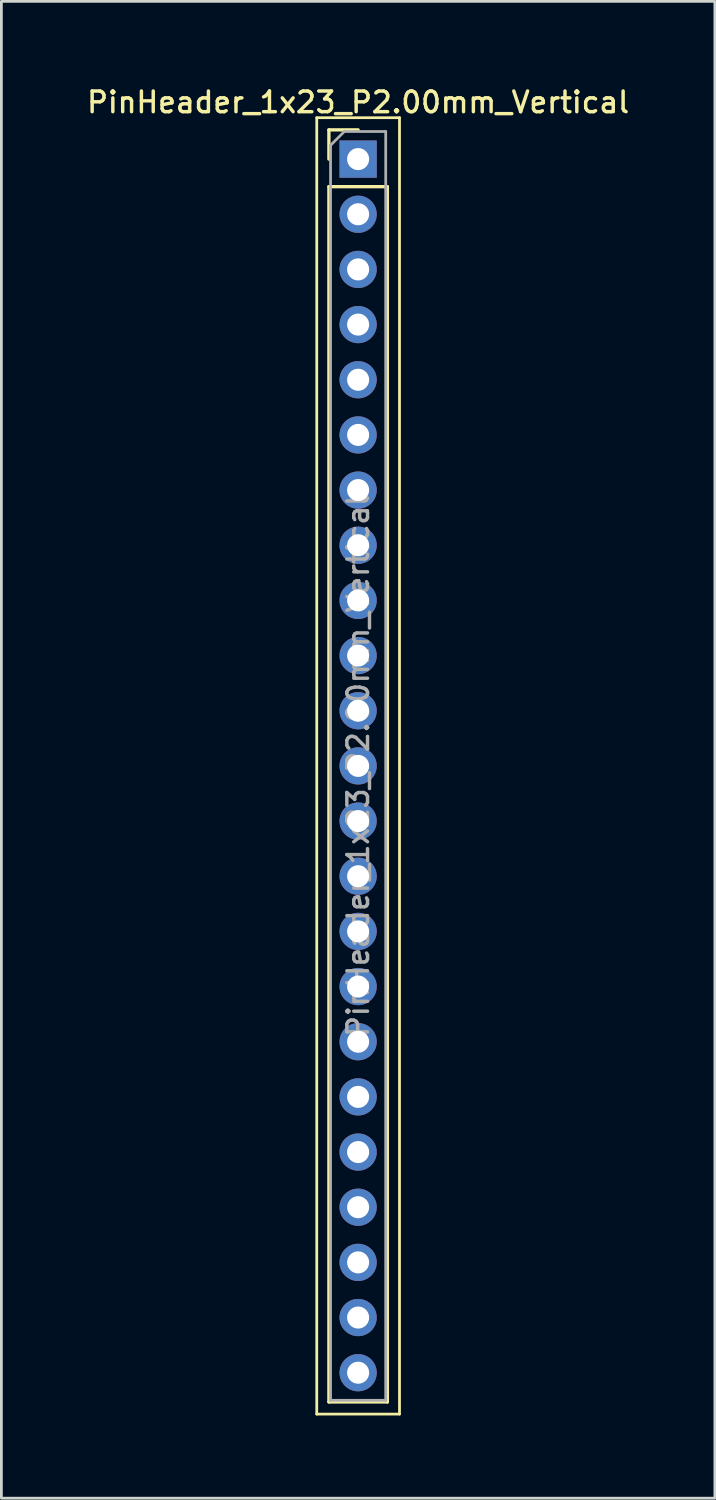
<source format=kicad_pcb>
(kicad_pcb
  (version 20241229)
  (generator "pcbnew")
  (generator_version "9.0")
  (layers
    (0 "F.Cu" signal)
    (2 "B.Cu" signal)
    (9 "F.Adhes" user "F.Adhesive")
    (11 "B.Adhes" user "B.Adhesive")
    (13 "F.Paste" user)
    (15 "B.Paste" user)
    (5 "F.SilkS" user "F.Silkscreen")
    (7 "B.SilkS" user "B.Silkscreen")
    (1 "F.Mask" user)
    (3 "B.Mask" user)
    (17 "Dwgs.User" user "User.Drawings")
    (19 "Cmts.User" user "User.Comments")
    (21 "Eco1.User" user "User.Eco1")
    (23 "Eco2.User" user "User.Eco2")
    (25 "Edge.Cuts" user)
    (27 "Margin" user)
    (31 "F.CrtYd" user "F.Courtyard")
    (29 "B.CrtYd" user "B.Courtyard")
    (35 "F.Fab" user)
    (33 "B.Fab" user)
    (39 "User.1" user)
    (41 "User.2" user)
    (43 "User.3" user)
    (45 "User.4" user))
  (footprint "PinHeader_1x23_P2.00mm_Vertical"
    (layer "F.Cu")
    (at 9.934 2.718)
    (property "Reference" "PinHeader_1x23_P2.00mm_Vertical" (at 0 -2.06 0) (layer "F.SilkS") (effects (font (size 0.75 0.75) (thickness 0.125))))
    (attr through_hole)
    (fp_line (start -1.5 -1.5) (end -1.5 45.5) (stroke (width 0.1) (type solid)) (layer "F.SilkS"))
    (fp_line (start -1.5 45.5) (end 1.5 45.5) (stroke (width 0.1) (type solid)) (layer "F.SilkS"))
    (fp_line (start -1.06 -1.06) (end 0 -1.06) (stroke (width 0.12) (type solid)) (layer "F.SilkS"))
    (fp_line (start -1.06 0) (end -1.06 -1.06) (stroke (width 0.12) (type solid)) (layer "F.SilkS"))
    (fp_line (start -1.06 1) (end -1.06 45.06) (stroke (width 0.12) (type solid)) (layer "F.SilkS"))
    (fp_line (start -1.06 1) (end 1.06 1) (stroke (width 0.12) (type solid)) (layer "F.SilkS"))
    (fp_line (start -1.06 45.06) (end 1.06 45.06) (stroke (width 0.12) (type solid)) (layer "F.SilkS"))
    (fp_line (start 1.06 1) (end 1.06 45.06) (stroke (width 0.12) (type solid)) (layer "F.SilkS"))
    (fp_line (start 1.5 -1.5) (end -1.5 -1.5) (stroke (width 0.1) (type solid)) (layer "F.SilkS"))
    (fp_line (start 1.5 45.5) (end 1.5 -1.5) (stroke (width 0.1) (type solid)) (layer "F.SilkS"))
    (fp_line (start -1 -0.5) (end -0.5 -1) (stroke (width 0.1) (type solid)) (layer "F.Fab"))
    (fp_line (start -1 45) (end -1 -0.5) (stroke (width 0.1) (type solid)) (layer "F.Fab"))
    (fp_line (start -0.5 -1) (end 1 -1) (stroke (width 0.1) (type solid)) (layer "F.Fab"))
    (fp_line (start 1 -1) (end 1 45) (stroke (width 0.1) (type solid)) (layer "F.Fab"))
    (fp_line (start 1 45) (end -1 45) (stroke (width 0.1) (type solid)) (layer "F.Fab"))
    (fp_text user "${REFERENCE}" (at 0 22 90) (layer "F.Fab") (effects (font (size 0.75 0.75) (thickness 0.125))))
    (pad "1" thru_hole rect (at 0 0) (size 1.35 1.35) (drill 0.8) (layers "*.Cu" "*.Mask"))
    (pad "2" thru_hole oval (at 0 2) (size 1.35 1.35) (drill 0.8) (layers "*.Cu" "*.Mask"))
    (pad "3" thru_hole oval (at 0 4) (size 1.35 1.35) (drill 0.8) (layers "*.Cu" "*.Mask"))
    (pad "4" thru_hole oval (at 0 6) (size 1.35 1.35) (drill 0.8) (layers "*.Cu" "*.Mask"))
    (pad "5" thru_hole oval (at 0 8) (size 1.35 1.35) (drill 0.8) (layers "*.Cu" "*.Mask"))
    (pad "6" thru_hole oval (at 0 10) (size 1.35 1.35) (drill 0.8) (layers "*.Cu" "*.Mask"))
    (pad "7" thru_hole oval (at 0 12) (size 1.35 1.35) (drill 0.8) (layers "*.Cu" "*.Mask"))
    (pad "8" thru_hole oval (at 0 14) (size 1.35 1.35) (drill 0.8) (layers "*.Cu" "*.Mask"))
    (pad "9" thru_hole oval (at 0 16) (size 1.35 1.35) (drill 0.8) (layers "*.Cu" "*.Mask"))
    (pad "10" thru_hole oval (at 0 18) (size 1.35 1.35) (drill 0.8) (layers "*.Cu" "*.Mask"))
    (pad "11" thru_hole oval (at 0 20) (size 1.35 1.35) (drill 0.8) (layers "*.Cu" "*.Mask"))
    (pad "12" thru_hole oval (at 0 22) (size 1.35 1.35) (drill 0.8) (layers "*.Cu" "*.Mask"))
    (pad "13" thru_hole oval (at 0 24) (size 1.35 1.35) (drill 0.8) (layers "*.Cu" "*.Mask"))
    (pad "14" thru_hole oval (at 0 26) (size 1.35 1.35) (drill 0.8) (layers "*.Cu" "*.Mask"))
    (pad "15" thru_hole oval (at 0 28) (size 1.35 1.35) (drill 0.8) (layers "*.Cu" "*.Mask"))
    (pad "16" thru_hole oval (at 0 30) (size 1.35 1.35) (drill 0.8) (layers "*.Cu" "*.Mask"))
    (pad "17" thru_hole oval (at 0 32) (size 1.35 1.35) (drill 0.8) (layers "*.Cu" "*.Mask"))
    (pad "18" thru_hole oval (at 0 34) (size 1.35 1.35) (drill 0.8) (layers "*.Cu" "*.Mask"))
    (pad "19" thru_hole oval (at 0 36) (size 1.35 1.35) (drill 0.8) (layers "*.Cu" "*.Mask"))
    (pad "20" thru_hole oval (at 0 38) (size 1.35 1.35) (drill 0.8) (layers "*.Cu" "*.Mask"))
    (pad "21" thru_hole oval (at 0 40) (size 1.35 1.35) (drill 0.8) (layers "*.Cu" "*.Mask"))
    (pad "22" thru_hole oval (at 0 42) (size 1.35 1.35) (drill 0.8) (layers "*.Cu" "*.Mask"))
    (pad "23" thru_hole oval (at 0 44) (size 1.35 1.35) (drill 0.8) (layers "*.Cu" "*.Mask")))
  (gr_rect
    (start -3 -3)
    (end 22.868 51.268)
    (stroke (width 0.1) (type default))
    (fill no)
    (layer "Edge.Cuts")))
</source>
